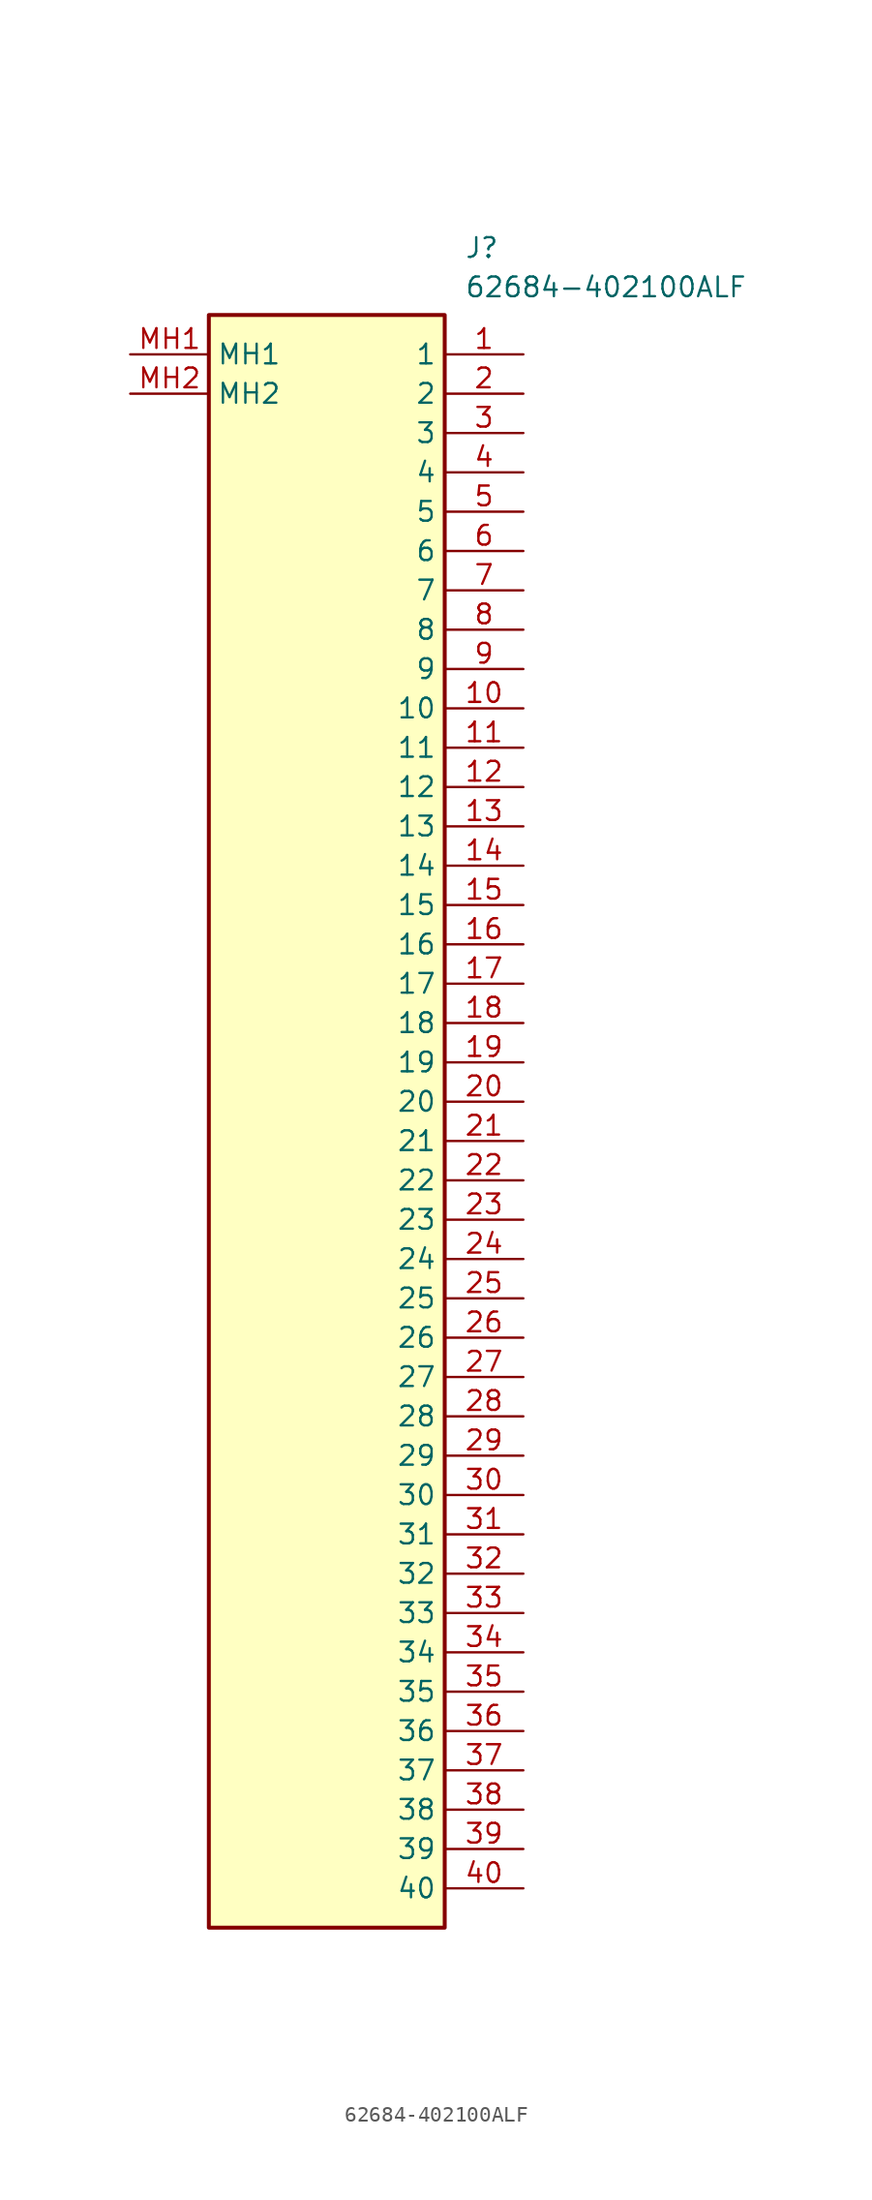
<source format=kicad_sym>
(kicad_symbol_lib
  (version 20211014)
  (generator SamacSys_ECAD_Model)
  (symbol "62684-402100ALF"
    (property "Reference" "J"
      (at 21.59 7.62 0)
      (effects (font (size 1.27 1.27)) (justify left top)))
    (property "Value" "62684-402100ALF"
      (at 21.59 5.08 0)
      (effects (font (size 1.27 1.27)) (justify left top)))
    (rectangle
      (start 5.08 2.54)
      (end 20.32 -101.6)
      (stroke (width 0.254) (type default))
      (fill (type background)))
    (pin passive line
      (at 25.4 0 180)
      (length 5.08)
      (name "1" (effects (font (size 1.27 1.27))))
      (number "1" (effects (font (size 1.27 1.27)))))
    (pin passive line
      (at 25.4 -2.54 180)
      (length 5.08)
      (name "2" (effects (font (size 1.27 1.27))))
      (number "2" (effects (font (size 1.27 1.27)))))
    (pin passive line
      (at 25.4 -5.08 180)
      (length 5.08)
      (name "3" (effects (font (size 1.27 1.27))))
      (number "3" (effects (font (size 1.27 1.27)))))
    (pin passive line
      (at 25.4 -7.62 180)
      (length 5.08)
      (name "4" (effects (font (size 1.27 1.27))))
      (number "4" (effects (font (size 1.27 1.27)))))
    (pin passive line
      (at 25.4 -10.16 180)
      (length 5.08)
      (name "5" (effects (font (size 1.27 1.27))))
      (number "5" (effects (font (size 1.27 1.27)))))
    (pin passive line
      (at 25.4 -12.7 180)
      (length 5.08)
      (name "6" (effects (font (size 1.27 1.27))))
      (number "6" (effects (font (size 1.27 1.27)))))
    (pin passive line
      (at 25.4 -15.24 180)
      (length 5.08)
      (name "7" (effects (font (size 1.27 1.27))))
      (number "7" (effects (font (size 1.27 1.27)))))
    (pin passive line
      (at 25.4 -17.78 180)
      (length 5.08)
      (name "8" (effects (font (size 1.27 1.27))))
      (number "8" (effects (font (size 1.27 1.27)))))
    (pin passive line
      (at 25.4 -20.32 180)
      (length 5.08)
      (name "9" (effects (font (size 1.27 1.27))))
      (number "9" (effects (font (size 1.27 1.27)))))
    (pin passive line
      (at 25.4 -22.86 180)
      (length 5.08)
      (name "10" (effects (font (size 1.27 1.27))))
      (number "10" (effects (font (size 1.27 1.27)))))
    (pin passive line
      (at 25.4 -25.4 180)
      (length 5.08)
      (name "11" (effects (font (size 1.27 1.27))))
      (number "11" (effects (font (size 1.27 1.27)))))
    (pin passive line
      (at 25.4 -27.94 180)
      (length 5.08)
      (name "12" (effects (font (size 1.27 1.27))))
      (number "12" (effects (font (size 1.27 1.27)))))
    (pin passive line
      (at 25.4 -30.48 180)
      (length 5.08)
      (name "13" (effects (font (size 1.27 1.27))))
      (number "13" (effects (font (size 1.27 1.27)))))
    (pin passive line
      (at 25.4 -33.02 180)
      (length 5.08)
      (name "14" (effects (font (size 1.27 1.27))))
      (number "14" (effects (font (size 1.27 1.27)))))
    (pin passive line
      (at 25.4 -35.56 180)
      (length 5.08)
      (name "15" (effects (font (size 1.27 1.27))))
      (number "15" (effects (font (size 1.27 1.27)))))
    (pin passive line
      (at 25.4 -38.1 180)
      (length 5.08)
      (name "16" (effects (font (size 1.27 1.27))))
      (number "16" (effects (font (size 1.27 1.27)))))
    (pin passive line
      (at 25.4 -40.64 180)
      (length 5.08)
      (name "17" (effects (font (size 1.27 1.27))))
      (number "17" (effects (font (size 1.27 1.27)))))
    (pin passive line
      (at 25.4 -43.18 180)
      (length 5.08)
      (name "18" (effects (font (size 1.27 1.27))))
      (number "18" (effects (font (size 1.27 1.27)))))
    (pin passive line
      (at 25.4 -45.72 180)
      (length 5.08)
      (name "19" (effects (font (size 1.27 1.27))))
      (number "19" (effects (font (size 1.27 1.27)))))
    (pin passive line
      (at 25.4 -48.26 180)
      (length 5.08)
      (name "20" (effects (font (size 1.27 1.27))))
      (number "20" (effects (font (size 1.27 1.27)))))
    (pin passive line
      (at 25.4 -50.8 180)
      (length 5.08)
      (name "21" (effects (font (size 1.27 1.27))))
      (number "21" (effects (font (size 1.27 1.27)))))
    (pin passive line
      (at 25.4 -53.34 180)
      (length 5.08)
      (name "22" (effects (font (size 1.27 1.27))))
      (number "22" (effects (font (size 1.27 1.27)))))
    (pin passive line
      (at 25.4 -55.88 180)
      (length 5.08)
      (name "23" (effects (font (size 1.27 1.27))))
      (number "23" (effects (font (size 1.27 1.27)))))
    (pin passive line
      (at 25.4 -58.42 180)
      (length 5.08)
      (name "24" (effects (font (size 1.27 1.27))))
      (number "24" (effects (font (size 1.27 1.27)))))
    (pin passive line
      (at 25.4 -60.96 180)
      (length 5.08)
      (name "25" (effects (font (size 1.27 1.27))))
      (number "25" (effects (font (size 1.27 1.27)))))
    (pin passive line
      (at 25.4 -63.5 180)
      (length 5.08)
      (name "26" (effects (font (size 1.27 1.27))))
      (number "26" (effects (font (size 1.27 1.27)))))
    (pin passive line
      (at 25.4 -66.04 180)
      (length 5.08)
      (name "27" (effects (font (size 1.27 1.27))))
      (number "27" (effects (font (size 1.27 1.27)))))
    (pin passive line
      (at 25.4 -68.58 180)
      (length 5.08)
      (name "28" (effects (font (size 1.27 1.27))))
      (number "28" (effects (font (size 1.27 1.27)))))
    (pin passive line
      (at 25.4 -71.12 180)
      (length 5.08)
      (name "29" (effects (font (size 1.27 1.27))))
      (number "29" (effects (font (size 1.27 1.27)))))
    (pin passive line
      (at 25.4 -73.66 180)
      (length 5.08)
      (name "30" (effects (font (size 1.27 1.27))))
      (number "30" (effects (font (size 1.27 1.27)))))
    (pin passive line
      (at 25.4 -76.2 180)
      (length 5.08)
      (name "31" (effects (font (size 1.27 1.27))))
      (number "31" (effects (font (size 1.27 1.27)))))
    (pin passive line
      (at 25.4 -78.74 180)
      (length 5.08)
      (name "32" (effects (font (size 1.27 1.27))))
      (number "32" (effects (font (size 1.27 1.27)))))
    (pin passive line
      (at 25.4 -81.28 180)
      (length 5.08)
      (name "33" (effects (font (size 1.27 1.27))))
      (number "33" (effects (font (size 1.27 1.27)))))
    (pin passive line
      (at 25.4 -83.82 180)
      (length 5.08)
      (name "34" (effects (font (size 1.27 1.27))))
      (number "34" (effects (font (size 1.27 1.27)))))
    (pin passive line
      (at 25.4 -86.36 180)
      (length 5.08)
      (name "35" (effects (font (size 1.27 1.27))))
      (number "35" (effects (font (size 1.27 1.27)))))
    (pin passive line
      (at 25.4 -88.9 180)
      (length 5.08)
      (name "36" (effects (font (size 1.27 1.27))))
      (number "36" (effects (font (size 1.27 1.27)))))
    (pin passive line
      (at 25.4 -91.44 180)
      (length 5.08)
      (name "37" (effects (font (size 1.27 1.27))))
      (number "37" (effects (font (size 1.27 1.27)))))
    (pin passive line
      (at 25.4 -93.98 180)
      (length 5.08)
      (name "38" (effects (font (size 1.27 1.27))))
      (number "38" (effects (font (size 1.27 1.27)))))
    (pin passive line
      (at 25.4 -96.52 180)
      (length 5.08)
      (name "39" (effects (font (size 1.27 1.27))))
      (number "39" (effects (font (size 1.27 1.27)))))
    (pin passive line
      (at 25.4 -99.06 180)
      (length 5.08)
      (name "40" (effects (font (size 1.27 1.27))))
      (number "40" (effects (font (size 1.27 1.27)))))
    (pin passive line
      (at 0 0 0)
      (length 5.08)
      (name "MH1" (effects (font (size 1.27 1.27))))
      (number "MH1" (effects (font (size 1.27 1.27)))))
    (pin passive line
      (at 0 -2.54 0)
      (length 5.08)
      (name "MH2" (effects (font (size 1.27 1.27))))
      (number "MH2" (effects (font (size 1.27 1.27)))))))
</source>
